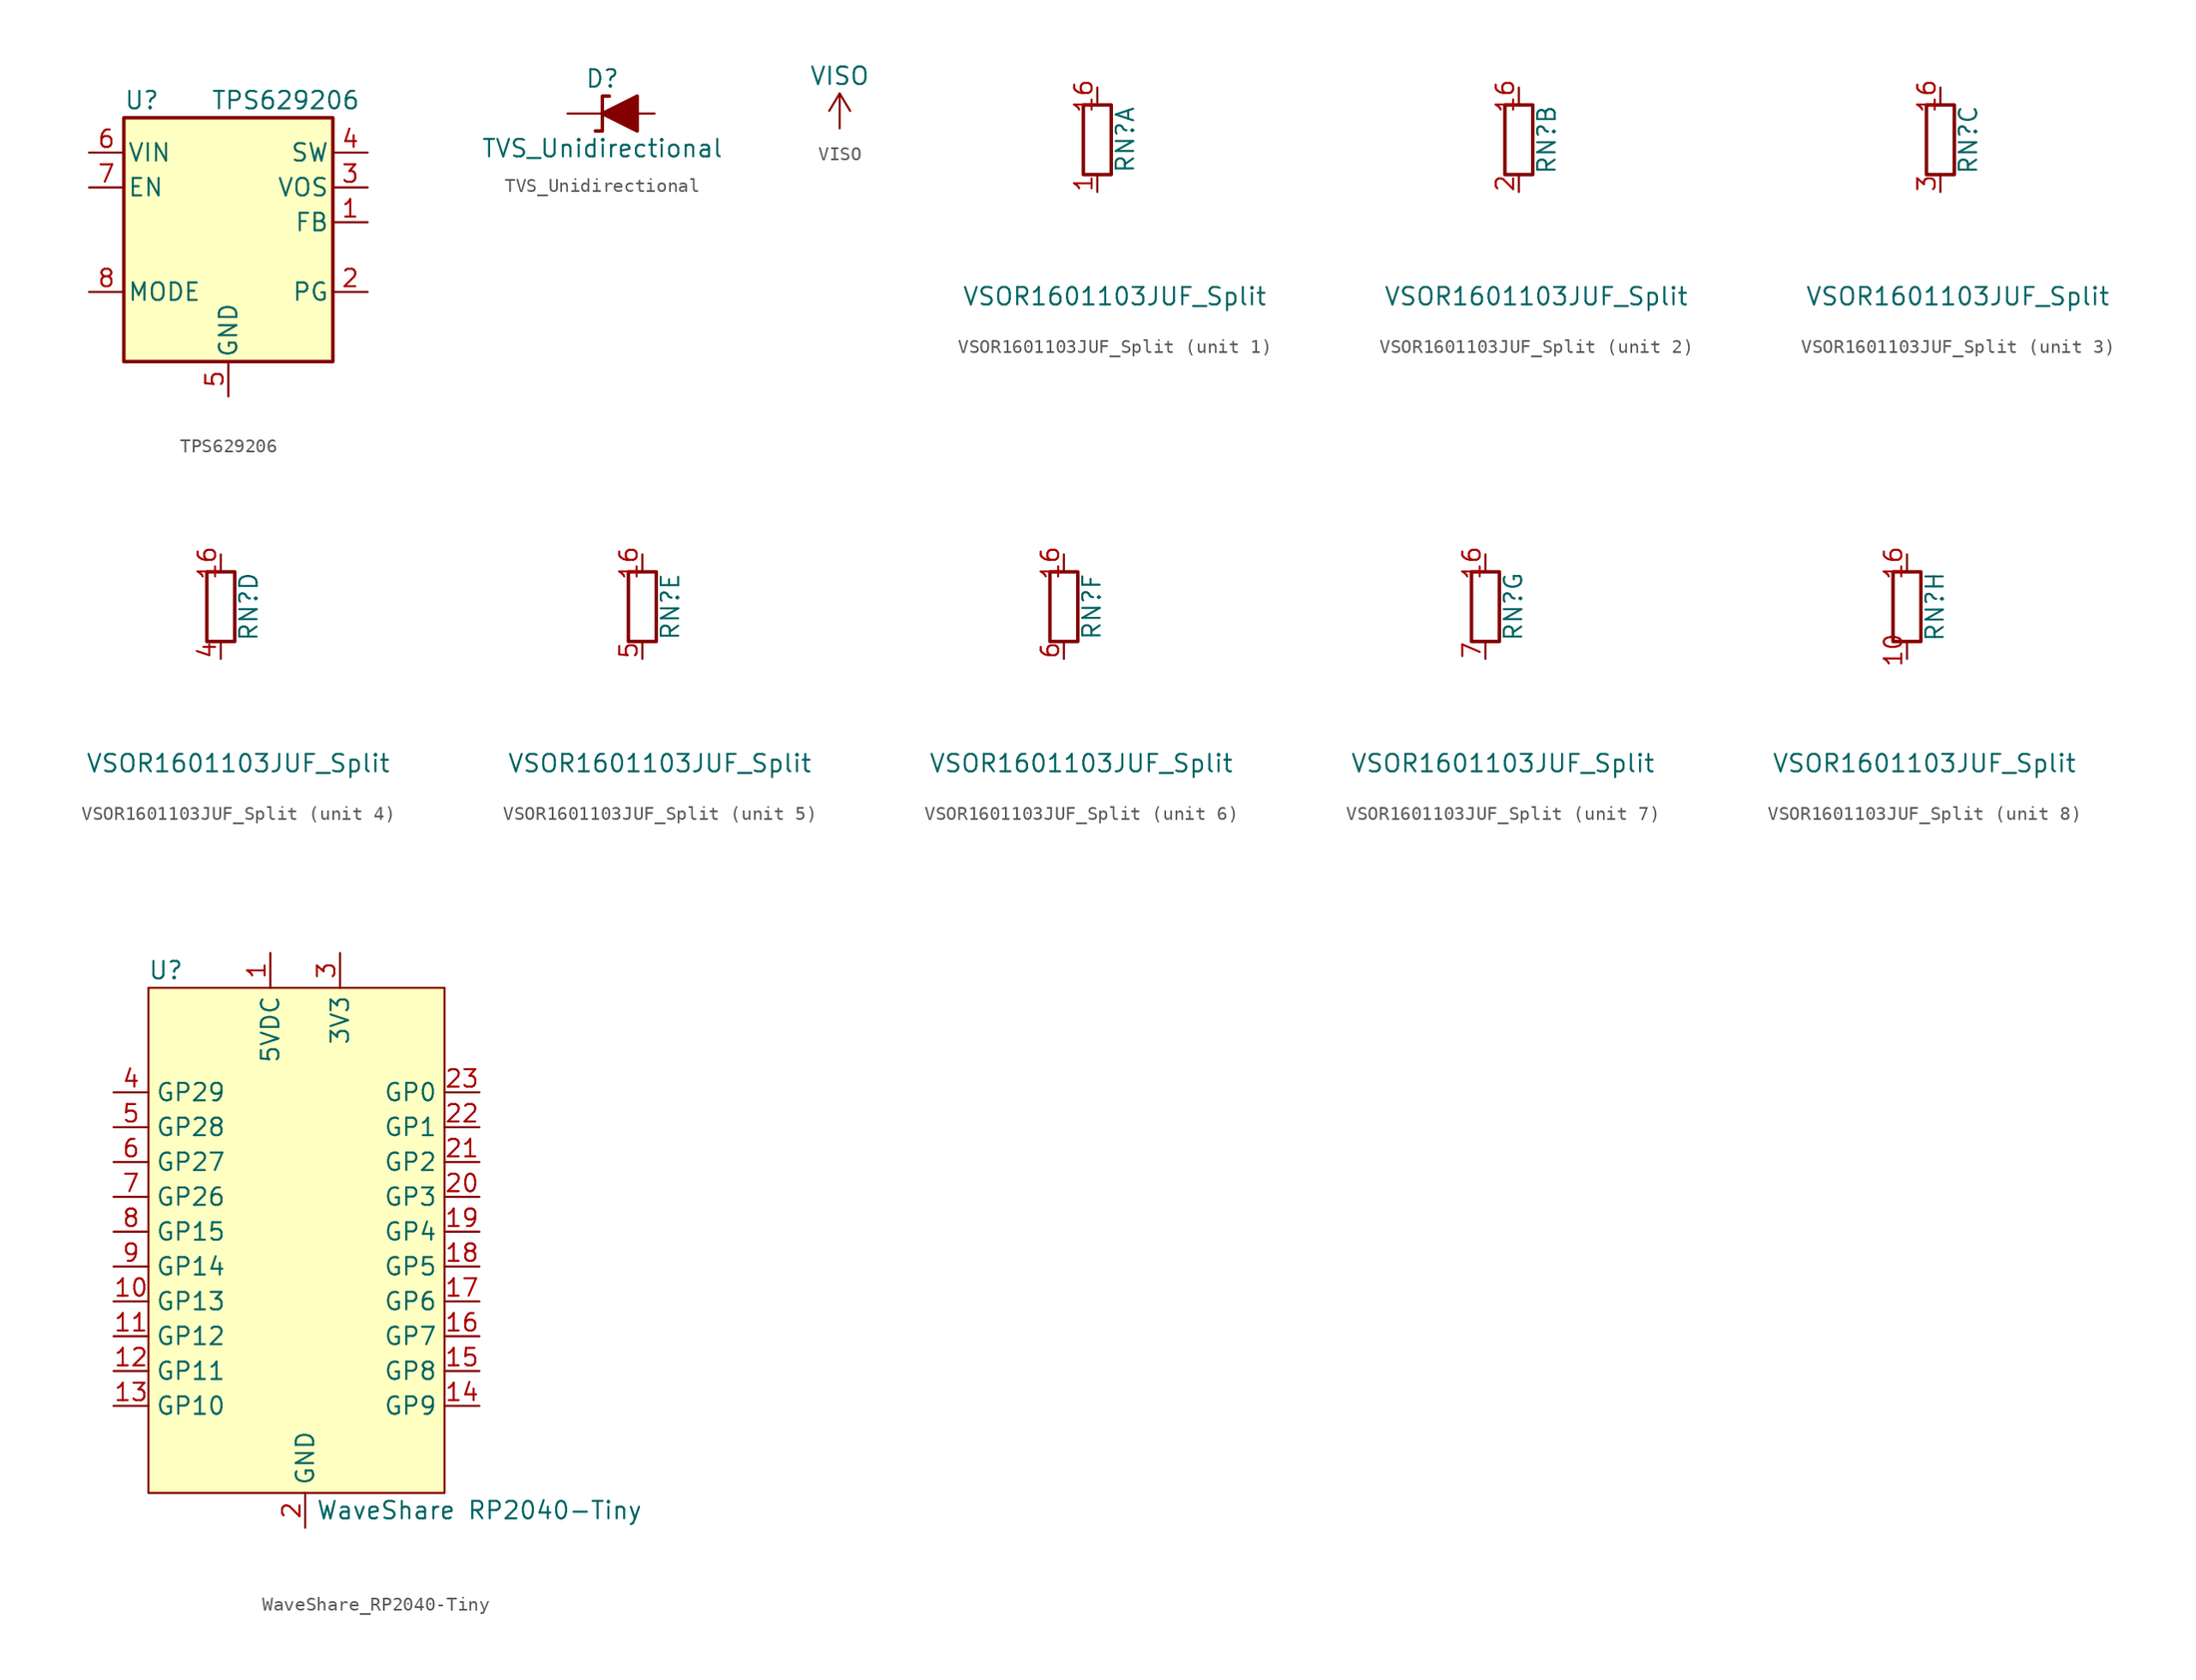
<source format=kicad_sym>
(kicad_symbol_lib
  (version 20220914)
  (generator kicad_symbol_editor)
  (symbol "TPS629206"
    (pin_names
      (offset 0.254))
    (property "Reference" "U"
      (at -7.62 11.43 0)
      (effects (font (size 1.27 1.27)) (justify left)))
    (property "Value" "TPS629206"
      (at -1.27 11.43 0)
      (effects (font (size 1.27 1.27)) (justify left)))
    (symbol "TPS629206_0_1"
      (rectangle (start -7.62 10.16) (end 7.62 -7.62) (stroke (width 0.254) (type default)) (fill (type background))))
    (symbol "TPS629206_1_1"
      (pin input line (at 10.16 2.54 180) (length 2.54) (name "FB" (effects (font (size 1.27 1.27)))) (number "1" (effects (font (size 1.27 1.27)))) (alternate "VSET" input line))
      (pin open_collector line (at 10.16 -2.54 180) (length 2.54) (name "PG" (effects (font (size 1.27 1.27)))) (number "2" (effects (font (size 1.27 1.27)))))
      (pin input line (at 10.16 5.08 180) (length 2.54) (name "VOS" (effects (font (size 1.27 1.27)))) (number "3" (effects (font (size 1.27 1.27)))))
      (pin output line (at 10.16 7.62 180) (length 2.54) (name "SW" (effects (font (size 1.27 1.27)))) (number "4" (effects (font (size 1.27 1.27)))))
      (pin power_in line (at 0 -10.16 90) (length 2.54) (name "GND" (effects (font (size 1.27 1.27)))) (number "5" (effects (font (size 1.27 1.27)))))
      (pin power_in line (at -10.16 7.62 0) (length 2.54) (name "VIN" (effects (font (size 1.27 1.27)))) (number "6" (effects (font (size 1.27 1.27)))))
      (pin input line (at -10.16 5.08 0) (length 2.54) (name "EN" (effects (font (size 1.27 1.27)))) (number "7" (effects (font (size 1.27 1.27)))))
      (pin input line (at -10.16 -2.54 0) (length 2.54) (name "MODE" (effects (font (size 1.27 1.27)))) (number "8" (effects (font (size 1.27 1.27)))) (alternate "SCONF" input line))))
  (symbol "TVS_Unidirectional"
    (pin_numbers hide)
    (pin_names
      (offset 1.016) hide)
    (property "Reference" "D"
      (at 0 2.54 0)
      (effects (font (size 1.27 1.27))))
    (property "Value" "TVS_Unidirectional"
      (at 0 -2.54 0)
      (effects (font (size 1.27 1.27))))
    (symbol "TVS_Unidirectional_0_1"
      (polyline (pts (xy 0.508 1.27) (xy 0 1.27) (xy 0 -1.27) (xy -0.508 -1.27)) (stroke (width 0.254) (type default)) (fill (type none)))
      (polyline (pts (xy 2.54 1.27) (xy 2.54 -1.27) (xy 0 0) (xy 2.54 1.27)) (stroke (width 0.254) (type default)) (fill (type outline))))
    (symbol "TVS_Unidirectional_1_1"
      (pin passive line (at -2.54 0 0) (length 2.54) (name "A1" (effects (font (size 1.27 1.27)))) (number "1" (effects (font (size 1.27 1.27)))))
      (pin passive line (at 3.81 0 180) (length 2.54) (name "A2" (effects (font (size 1.27 1.27)))) (number "2" (effects (font (size 1.27 1.27)))))))
  (symbol "VISO"
    (power)
    (pin_names
      (offset 0))
    (property "Reference" "#PWR"
      (at 0 -3.81 0)
      (effects (font (size 1.27 1.27)) hide))
    (property "Value" "VISO"
      (at 0 3.81 0)
      (effects (font (size 1.27 1.27))))
    (symbol "VISO_0_1"
      (polyline (pts (xy -0.762 1.27) (xy 0 2.54)) (stroke (width 0) (type default)) (fill (type none)))
      (polyline (pts (xy 0 0) (xy 0 2.54)) (stroke (width 0) (type default)) (fill (type none)))
      (polyline (pts (xy 0 2.54) (xy 0.762 1.27)) (stroke (width 0) (type default)) (fill (type none))))
    (symbol "VISO_1_1"
      (pin power_in line (at 0 0 90) (length 0) hide (name "VISO" (effects (font (size 1.27 1.27)))) (number "1" (effects (font (size 1.27 1.27)))))))
  (symbol "VSOR1601103JUF_Split"
    (pin_names
      (offset 0) hide)
    (property "Reference" "RN"
      (at 2.032 0 90)
      (effects (font (size 1.27 1.27))))
    (property "Value" "VSOR1601103JUF_Split"
      (at 1.27 -11.43 0)
      (effects (font (size 1.27 1.27))))
    (symbol "VSOR1601103JUF_Split_0_1"
      (rectangle (start -1.016 2.54) (end 1.016 -2.54) (stroke (width 0.254) (type default)) (fill (type none)))
      (pin passive line (at 0 3.81 270) (length 1.27) (name "R1" (effects (font (size 1.27 1.27)))) (number "16" (effects (font (size 1.27 1.27))))))
    (symbol "VSOR1601103JUF_Split_1_1"
      (pin no_connect line (at 5.08 1.27 180) (length 1.27) hide (name "NC" (effects (font (size 1.27 1.27)))) (number "1" (effects (font (size 1.27 1.27)))))
      (pin passive line (at 0 -3.81 90) (length 1.27) (name "R1.2" (effects (font (size 1.27 1.27)))) (number "1" (effects (font (size 1.27 1.27))))))
    (symbol "VSOR1601103JUF_Split_2_1"
      (pin passive line (at 0 -3.81 90) (length 1.27) (name "R2.2" (effects (font (size 1.27 1.27)))) (number "2" (effects (font (size 1.27 1.27))))))
    (symbol "VSOR1601103JUF_Split_3_1"
      (pin passive line (at 0 -3.81 90) (length 1.27) (name "R3.2" (effects (font (size 1.27 1.27)))) (number "3" (effects (font (size 1.27 1.27))))))
    (symbol "VSOR1601103JUF_Split_4_1"
      (pin passive line (at 0 -3.81 90) (length 1.27) (name "R4.2" (effects (font (size 1.27 1.27)))) (number "4" (effects (font (size 1.27 1.27))))))
    (symbol "VSOR1601103JUF_Split_5_1"
      (pin passive line (at 0 -3.81 90) (length 1.27) (name "R5.2" (effects (font (size 1.27 1.27)))) (number "5" (effects (font (size 1.27 1.27))))))
    (symbol "VSOR1601103JUF_Split_6_1"
      (pin passive line (at 0 -3.81 90) (length 1.27) (name "R6.2" (effects (font (size 1.27 1.27)))) (number "6" (effects (font (size 1.27 1.27))))))
    (symbol "VSOR1601103JUF_Split_7_1"
      (pin passive line (at 0 -3.81 90) (length 1.27) (name "R7.2" (effects (font (size 1.27 1.27)))) (number "7" (effects (font (size 1.27 1.27))))))
    (symbol "VSOR1601103JUF_Split_8_1"
      (pin passive line (at 0 -3.81 90) (length 1.27) (name "R8.2" (effects (font (size 1.27 1.27)))) (number "10" (effects (font (size 1.27 1.27)))))))
  (symbol "WaveShare_RP2040-Tiny"
    (property "Reference" "U"
      (at -10.16 20.32 0)
      (effects (font (size 1.27 1.27))))
    (property "Value" "WaveShare RP2040-Tiny"
      (at 12.7 -19.05 0)
      (effects (font (size 1.27 1.27))))
    (symbol "WaveShare_RP2040-Tiny_1_1"
      (rectangle (start -11.43 19.05) (end 10.16 -17.78) (stroke (width 0) (type default)) (fill (type background)))
      (pin power_in line (at -2.54 21.59 270) (length 2.54) (name "5VDC" (effects (font (size 1.27 1.27)))) (number "1" (effects (font (size 1.27 1.27)))))
      (pin bidirectional line (at -13.97 -3.81 0) (length 2.54) (name "GP13" (effects (font (size 1.27 1.27)))) (number "10" (effects (font (size 1.27 1.27)))) (alternate "I2C0 SCL" output line) (alternate "SPI1 CSn" output line) (alternate "UART0 RX" input line) (alternate "UNUSED" no_connect line))
      (pin bidirectional line (at -13.97 -6.35 0) (length 2.54) (name "GP12" (effects (font (size 1.27 1.27)))) (number "11" (effects (font (size 1.27 1.27)))) (alternate "I2C0 SDA" bidirectional line) (alternate "SPI1 RX" input line) (alternate "UART0 TX" output line) (alternate "UNUSED" no_connect line))
      (pin bidirectional line (at -13.97 -8.89 0) (length 2.54) (name "GP11" (effects (font (size 1.27 1.27)))) (number "12" (effects (font (size 1.27 1.27)))) (alternate "I2C1 SCL" output line) (alternate "SPI1 TX" output line) (alternate "UNUSED" no_connect line))
      (pin bidirectional line (at -13.97 -11.43 0) (length 2.54) (name "GP10" (effects (font (size 1.27 1.27)))) (number "13" (effects (font (size 1.27 1.27)))) (alternate "I2C1 SDA" bidirectional line) (alternate "SPI1 SCK" output line) (alternate "UNUSED" no_connect line))
      (pin bidirectional line (at 12.7 -11.43 180) (length 2.54) (name "GP9" (effects (font (size 1.27 1.27)))) (number "14" (effects (font (size 1.27 1.27)))) (alternate "I2C0 SCL" bidirectional line) (alternate "SPI1 CSn" output line) (alternate "UART1 RX" input line) (alternate "UNUSED" no_connect line))
      (pin bidirectional line (at 12.7 -8.89 180) (length 2.54) (name "GP8" (effects (font (size 1.27 1.27)))) (number "15" (effects (font (size 1.27 1.27)))) (alternate "I2C0 SDA" bidirectional line) (alternate "SPI1 RX" input line) (alternate "UART1 TX" output line) (alternate "UNUSED" no_connect line))
      (pin bidirectional line (at 12.7 -6.35 180) (length 2.54) (name "GP7" (effects (font (size 1.27 1.27)))) (number "16" (effects (font (size 1.27 1.27)))) (alternate "I2C1 SCL" output line) (alternate "SPI0 TX" output line) (alternate "UNUSED" no_connect line))
      (pin bidirectional line (at 12.7 -3.81 180) (length 2.54) (name "GP6" (effects (font (size 1.27 1.27)))) (number "17" (effects (font (size 1.27 1.27)))) (alternate "I2C1 SDA" bidirectional line) (alternate "SPI0 SCK" output line) (alternate "UNUSED" no_connect line))
      (pin bidirectional line (at 12.7 -1.27 180) (length 2.54) (name "GP5" (effects (font (size 1.27 1.27)))) (number "18" (effects (font (size 1.27 1.27)))) (alternate "I2C0 SCL" output line) (alternate "SPI0 CSn" output line) (alternate "UART1 RX" input line) (alternate "UNUSED" no_connect line))
      (pin bidirectional line (at 12.7 1.27 180) (length 2.54) (name "GP4" (effects (font (size 1.27 1.27)))) (number "19" (effects (font (size 1.27 1.27)))) (alternate "I2C0 SDA" bidirectional line) (alternate "SPI0 RX" input line) (alternate "UART1 TX" output line) (alternate "UNUSED" no_connect line))
      (pin power_out line (at 0 -20.32 90) (length 2.54) (name "GND" (effects (font (size 1.27 1.27)))) (number "2" (effects (font (size 1.27 1.27)))))
      (pin bidirectional line (at 12.7 3.81 180) (length 2.54) (name "GP3" (effects (font (size 1.27 1.27)))) (number "20" (effects (font (size 1.27 1.27)))) (alternate "I2C1 SCL" output line) (alternate "SPI0 TX" bidirectional line) (alternate "UNUSED" no_connect line))
      (pin bidirectional line (at 12.7 6.35 180) (length 2.54) (name "GP2" (effects (font (size 1.27 1.27)))) (number "21" (effects (font (size 1.27 1.27)))) (alternate "I2C1 SDA" bidirectional line) (alternate "SPI0 SCK" output line) (alternate "UNUSED" no_connect line))
      (pin bidirectional line (at 12.7 8.89 180) (length 2.54) (name "GP1" (effects (font (size 1.27 1.27)))) (number "22" (effects (font (size 1.27 1.27)))) (alternate "I2C0 SCL" bidirectional line) (alternate "SPI0 CS" output line) (alternate "UART0 RX" input line) (alternate "UNUSED" no_connect line))
      (pin bidirectional line (at 12.7 11.43 180) (length 2.54) (name "GP0" (effects (font (size 1.27 1.27)))) (number "23" (effects (font (size 1.27 1.27)))) (alternate "I2C0 SDA" bidirectional line) (alternate "SPI0 RX" input line) (alternate "UART0 TX" output line) (alternate "UNUSED" no_connect line))
      (pin power_out line (at 2.54 21.59 270) (length 2.54) (name "3V3" (effects (font (size 1.27 1.27)))) (number "3" (effects (font (size 1.27 1.27)))))
      (pin bidirectional line (at -13.97 11.43 0) (length 2.54) (name "GP29" (effects (font (size 1.27 1.27)))) (number "4" (effects (font (size 1.27 1.27)))) (alternate "ADC3" input line) (alternate "UNUSED" no_connect line))
      (pin bidirectional line (at -13.97 8.89 0) (length 2.54) (name "GP28" (effects (font (size 1.27 1.27)))) (number "5" (effects (font (size 1.27 1.27)))) (alternate "ADC2" input line) (alternate "UNUSED" no_connect line))
      (pin bidirectional line (at -13.97 6.35 0) (length 2.54) (name "GP27" (effects (font (size 1.27 1.27)))) (number "6" (effects (font (size 1.27 1.27)))) (alternate "ADC1" input line) (alternate "I2C1 SCL" output line) (alternate "UNUSED" no_connect line))
      (pin bidirectional line (at -13.97 3.81 0) (length 2.54) (name "GP26" (effects (font (size 1.27 1.27)))) (number "7" (effects (font (size 1.27 1.27)))) (alternate "ADC0" input line) (alternate "I2C1 SDA" bidirectional line) (alternate "UNUSED" no_connect line))
      (pin bidirectional line (at -13.97 1.27 0) (length 2.54) (name "GP15" (effects (font (size 1.27 1.27)))) (number "8" (effects (font (size 1.27 1.27)))) (alternate "I2C1 SCL" output line) (alternate "SPI1 TX" output line) (alternate "UNUSED" no_connect line))
      (pin bidirectional line (at -13.97 -1.27 0) (length 2.54) (name "GP14" (effects (font (size 1.27 1.27)))) (number "9" (effects (font (size 1.27 1.27)))) (alternate "I2C1 SDA" bidirectional line) (alternate "SPI1 SCK" output line) (alternate "UNUSED" no_connect line)))))
</source>
